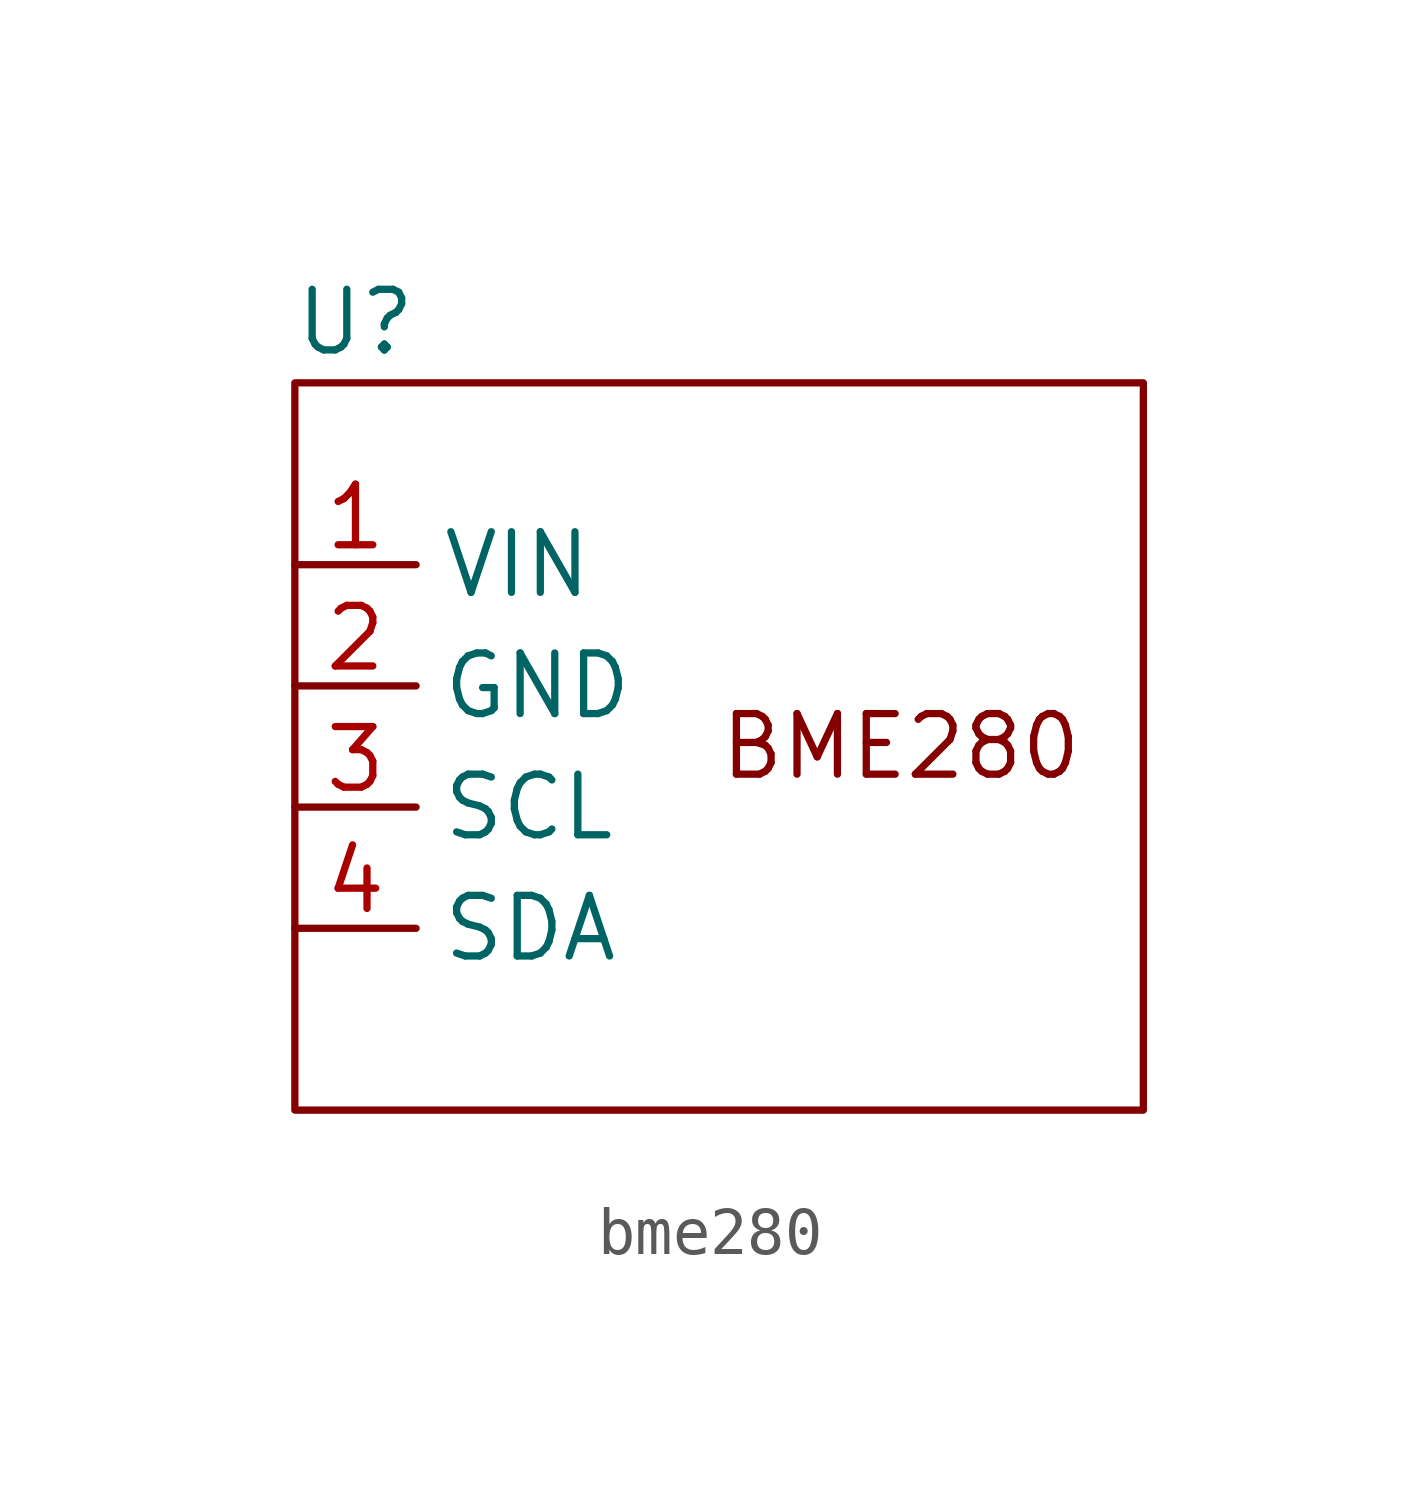
<source format=kicad_sym>
(kicad_symbol_lib
  (version 20220914)
  (generator kicad_symbol_editor)
  (symbol "bme280"
    (property "Reference" "U"
      (at 0 0 0)
      (effects (font (size 1.27 1.27))))
    (property "Value" ""
      (at 0 0 0)
      (effects (font (size 1.27 1.27))))
    (symbol "bme280_0_1"
      (rectangle (start -1.27 -1.27) (end 16.51 -16.51) (stroke (width 0) (type default)) (fill (type none))))
    (symbol "bme280_1_1"
      (text "BME280" (at 11.43 -8.89 0) (effects (font (size 1.27 1.27))))
      (pin power_in line (at -1.27 -5.08 0) (length 2.54) (name "VIN" (effects (font (size 1.27 1.27)))) (number "1" (effects (font (size 1.27 1.27)))))
      (pin power_in line (at -1.27 -7.62 0) (length 2.54) (name "GND" (effects (font (size 1.27 1.27)))) (number "2" (effects (font (size 1.27 1.27)))))
      (pin input line (at -1.27 -10.16 0) (length 2.54) (name "SCL" (effects (font (size 1.27 1.27)))) (number "3" (effects (font (size 1.27 1.27)))))
      (pin input line (at -1.27 -12.7 0) (length 2.54) (name "SDA" (effects (font (size 1.27 1.27)))) (number "4" (effects (font (size 1.27 1.27))))))))
</source>
